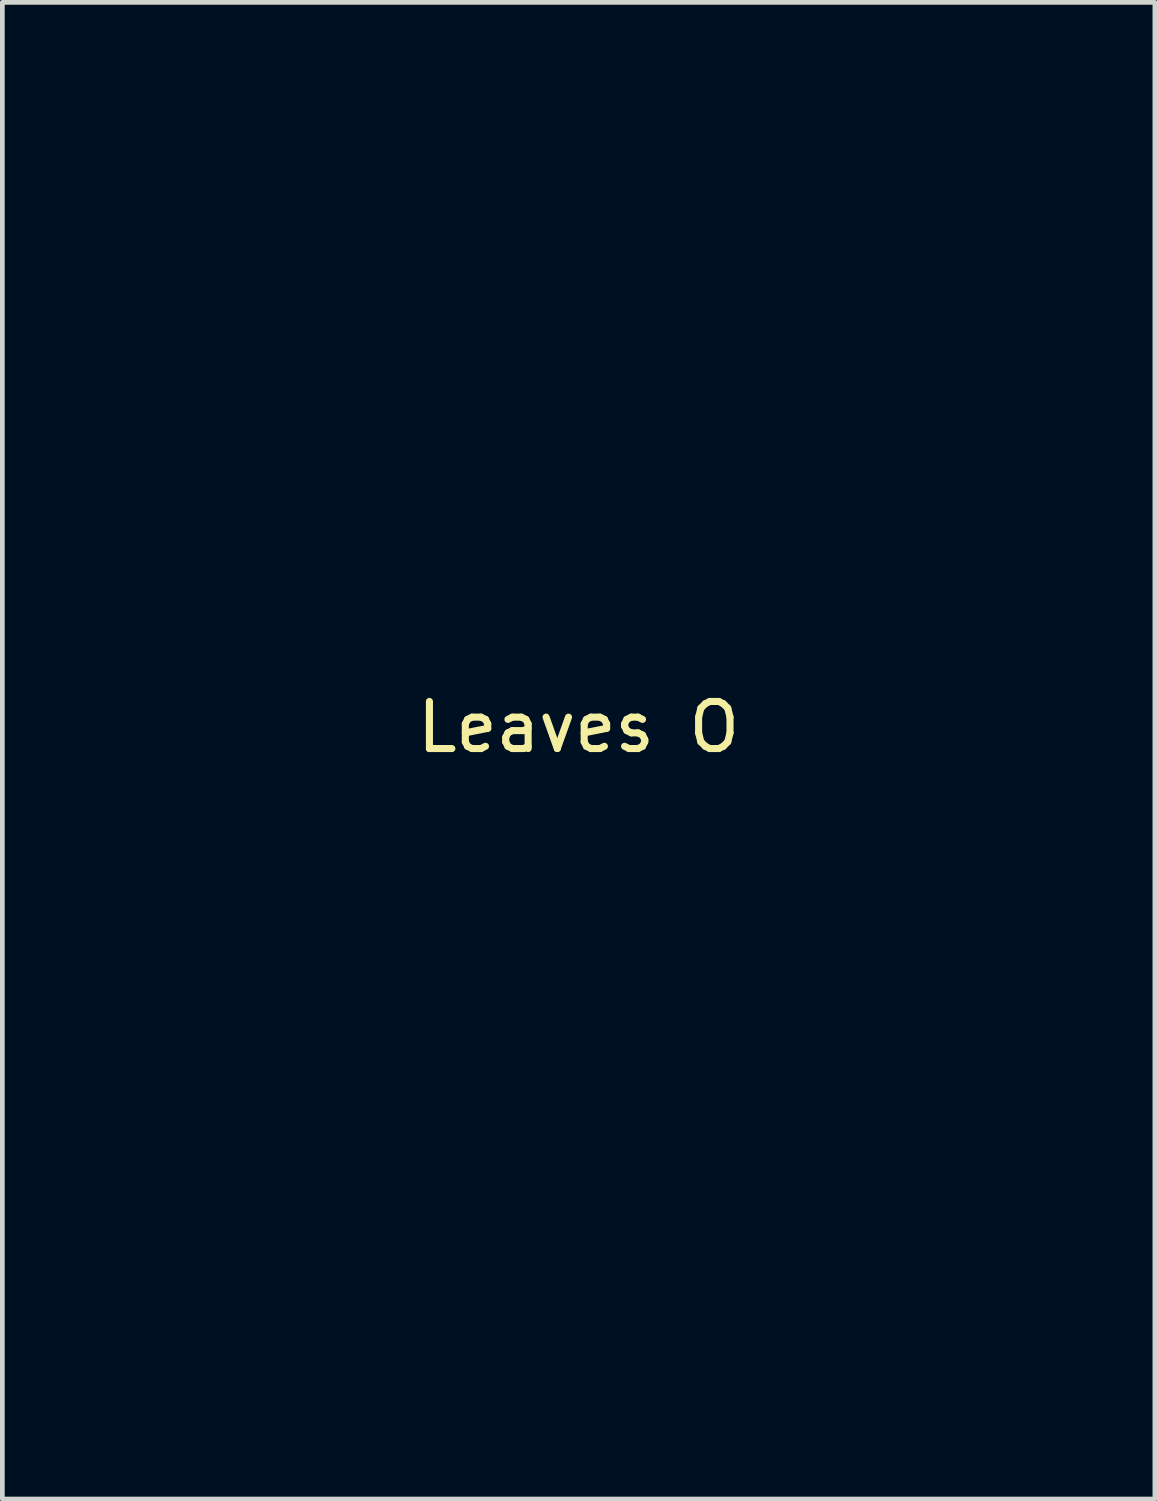
<source format=kicad_pcb>
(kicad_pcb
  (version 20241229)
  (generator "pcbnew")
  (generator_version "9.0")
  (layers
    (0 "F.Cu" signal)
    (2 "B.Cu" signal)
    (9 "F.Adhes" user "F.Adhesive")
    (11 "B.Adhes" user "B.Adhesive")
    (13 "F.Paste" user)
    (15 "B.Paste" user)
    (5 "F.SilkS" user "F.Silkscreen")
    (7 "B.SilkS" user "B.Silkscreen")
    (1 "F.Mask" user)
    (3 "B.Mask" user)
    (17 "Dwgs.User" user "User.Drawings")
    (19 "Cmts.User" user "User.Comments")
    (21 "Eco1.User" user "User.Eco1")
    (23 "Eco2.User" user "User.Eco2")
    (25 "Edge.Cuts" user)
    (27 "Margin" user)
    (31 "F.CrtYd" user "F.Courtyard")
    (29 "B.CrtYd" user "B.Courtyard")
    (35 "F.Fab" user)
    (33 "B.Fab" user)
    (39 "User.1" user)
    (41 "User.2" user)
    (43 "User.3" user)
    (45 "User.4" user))
  (footprint "Leaves O"
    (layer "F.Cu")
    (at 9.233 12.886)
    (property "Reference" "Leaves O" (at 0 -0.5 0) (unlocked yes) (layer "F.SilkS") (effects (font (size 1 1) (thickness 0.15))))
    (zone (net_name "") (layers "B.Cu" "B.Mask" "B.SilkS" "B.Adhes" "B.Paste") (hatch edge 0.508) (connect_pads) (min_thickness 0.254) (filled_areas_thickness no) (keepout (tracks not_allowed) (vias not_allowed) (pads not_allowed) (copperpour not_allowed) (footprints allowed)) (placement (enabled no)) (fill) (polygon (pts (xy 4.248 8.661) (xy 4.262 8.662) (xy 4.277 8.664) (xy 4.291 8.666) (xy 4.305 8.669) (xy 4.319 8.673) (xy 4.332 8.678) (xy 4.345 8.683) (xy 4.358 8.689) (xy 4.371 8.695) (xy 4.384 8.703) (xy 4.396 8.71) (xy 4.407 8.719) (xy 4.419 8.728) (xy 4.429 8.737) (xy 4.44 8.748) (xy 4.67 8.998) (xy 4.891 9.255) (xy 5.152 9.58) (xy 5.289 9.763) (xy 5.428 9.958) (xy 5.565 10.161) (xy 5.698 10.372) (xy 5.823 10.589) (xy 5.937 10.809) (xy 6.038 11.031) (xy 6.122 11.252) (xy 6.203 11.221) (xy 6.282 11.192) (xy 6.429 11.139) (xy 6.561 11.094) (xy 6.676 11.057) (xy 6.771 11.027) (xy 6.843 11.005) (xy 6.912 10.985) (xy 6.926 10.981) (xy 6.94 10.978) (xy 6.954 10.976) (xy 6.969 10.975) (xy 6.983 10.974) (xy 6.997 10.974) (xy 7.012 10.975) (xy 7.026 10.977) (xy 7.04 10.979) (xy 7.054 10.982) (xy 7.068 10.985) (xy 7.082 10.99) (xy 7.095 10.995) (xy 7.108 11) (xy 7.121 11.007) (xy 7.134 11.014) (xy 7.146 11.021) (xy 7.158 11.029) (xy 7.17 11.038) (xy 7.181 11.048) (xy 7.191 11.057) (xy 7.201 11.068) (xy 7.211 11.079) (xy 7.219 11.09) (xy 7.228 11.101) (xy 7.235 11.113) (xy 7.242 11.126) (xy 7.249 11.139) (xy 7.255 11.152) (xy 7.26 11.165) (xy 7.264 11.179) (xy 7.268 11.193) (xy 7.318 11.415) (xy 7.362 11.642) (xy 7.411 11.929) (xy 7.456 12.261) (xy 7.492 12.624) (xy 7.504 12.813) (xy 7.511 13.005) (xy 7.512 13.197) (xy 7.506 13.389) (xy 7.661 13.418) (xy 7.803 13.447) (xy 7.929 13.474) (xy 8.037 13.499) (xy 8.125 13.521) (xy 8.193 13.538) (xy 8.255 13.554) (xy 8.269 13.558) (xy 8.283 13.563) (xy 8.296 13.569) (xy 8.309 13.575) (xy 8.322 13.582) (xy 8.334 13.589) (xy 8.346 13.597) (xy 8.357 13.606) (xy 8.368 13.615) (xy 8.379 13.625) (xy 8.389 13.635) (xy 8.399 13.646) (xy 8.408 13.657) (xy 8.416 13.668) (xy 8.424 13.681) (xy 8.431 13.693) (xy 8.438 13.706) (xy 8.444 13.719) (xy 8.449 13.733) (xy 8.454 13.746) (xy 8.458 13.76) (xy 8.461 13.774) (xy 8.463 13.788) (xy 8.465 13.802) (xy 8.466 13.817) (xy 8.467 13.831) (xy 8.466 13.845) (xy 8.465 13.86) (xy 8.464 13.874) (xy 8.461 13.888) (xy 8.458 13.902) (xy 8.454 13.916) (xy 8.419 14.024) (xy 8.327 14.285) (xy 8.261 14.46) (xy 8.182 14.658) (xy 8.09 14.872) (xy 7.987 15.1) (xy 7.91 15.257) (xy 7.832 15.408) (xy 7.754 15.552) (xy 7.675 15.689) (xy 7.596 15.818) (xy 7.516 15.941) (xy 7.435 16.056) (xy 7.354 16.165) (xy 7.272 16.266) (xy 7.19 16.36) (xy 7.107 16.447) (xy 7.023 16.527) (xy 6.939 16.599) (xy 6.855 16.664) (xy 6.77 16.722) (xy 6.684 16.773) (xy 6.608 16.813) (xy 6.531 16.851) (xy 6.453 16.886) (xy 6.375 16.919) (xy 6.295 16.95) (xy 6.216 16.978) (xy 6.136 17.003) (xy 6.055 17.026) (xy 5.974 17.046) (xy 5.893 17.063) (xy 5.812 17.078) (xy 5.73 17.09) (xy 5.649 17.1) (xy 5.567 17.106) (xy 5.486 17.111) (xy 5.404 17.112) (xy 5.404 17.112) (xy 5.321 17.11) (xy 5.238 17.106) (xy 5.157 17.099) (xy 5.077 17.089) (xy 4.998 17.076) (xy 4.92 17.06) (xy 4.844 17.042) (xy 4.769 17.021) (xy 4.696 16.997) (xy 4.625 16.97) (xy 4.555 16.941) (xy 4.487 16.909) (xy 4.42 16.875) (xy 4.356 16.838) (xy 4.294 16.799) (xy 4.233 16.757) (xy 4.173 16.799) (xy 4.111 16.838) (xy 4.046 16.875) (xy 3.98 16.909) (xy 3.912 16.941) (xy 3.842 16.97) (xy 3.771 16.997) (xy 3.697 17.021) (xy 3.623 17.042) (xy 3.547 17.06) (xy 3.469 17.076) (xy 3.39 17.089) (xy 3.31 17.099) (xy 3.229 17.106) (xy 3.146 17.11) (xy 3.062 17.112) (xy 2.981 17.111) (xy 2.9 17.106) (xy 2.818 17.1) (xy 2.737 17.09) (xy 2.655 17.078) (xy 2.574 17.063) (xy 2.493 17.046) (xy 2.412 17.026) (xy 2.331 17.003) (xy 2.251 16.978) (xy 2.171 16.95) (xy 2.092 16.919) (xy 2.014 16.886) (xy 1.936 16.851) (xy 1.859 16.813) (xy 1.782 16.773) (xy 1.697 16.722) (xy 1.612 16.664) (xy 1.527 16.599) (xy 1.443 16.527) (xy 1.36 16.447) (xy 1.277 16.36) (xy 1.195 16.266) (xy 1.113 16.165) (xy 1.031 16.056) (xy 0.951 15.941) (xy 0.871 15.818) (xy 0.791 15.689) (xy 0.712 15.552) (xy 0.634 15.408) (xy 0.557 15.257) (xy 0.48 15.1) (xy 0.427 14.985) (xy 0.376 14.872) (xy 0.329 14.763) (xy 0.303 14.701) (xy 1.921 14.701) (xy 1.921 14.715) (xy 1.922 14.729) (xy 1.923 14.743) (xy 1.925 14.757) (xy 1.928 14.77) (xy 1.932 14.784) (xy 1.936 14.797) (xy 1.94 14.81) (xy 1.946 14.823) (xy 1.951 14.835) (xy 1.958 14.848) (xy 1.965 14.859) (xy 1.973 14.871) (xy 1.981 14.882) (xy 1.99 14.893) (xy 1.999 14.903) (xy 2.009 14.913) (xy 2.019 14.923) (xy 2.03 14.932) (xy 2.041 14.941) (xy 2.053 14.949) (xy 2.065 14.956) (xy 2.078 14.963) (xy 2.091 14.969) (xy 2.105 14.975) (xy 4.082 15.74) (xy 4.09 15.745) (xy 4.098 15.749) (xy 4.107 15.753) (xy 4.115 15.757) (xy 4.124 15.76) (xy 4.133 15.763) (xy 4.141 15.766) (xy 4.15 15.769) (xy 4.159 15.771) (xy 4.169 15.773) (xy 4.178 15.775) (xy 4.187 15.776) (xy 4.196 15.777) (xy 4.206 15.778) (xy 4.215 15.778) (xy 4.225 15.778) (xy 4.225 15.778) (xy 4.226 15.778) (xy 4.227 15.778) (xy 4.228 15.778) (xy 4.228 15.778) (xy 4.229 15.778) (xy 4.229 15.778) (xy 4.23 15.778) (xy 4.231 15.778) (xy 4.232 15.778) (xy 4.233 15.778) (xy 4.233 15.778) (xy 4.243 15.778) (xy 4.252 15.778) (xy 4.262 15.777) (xy 4.271 15.776) (xy 4.28 15.775) (xy 4.289 15.773) (xy 4.298 15.771) (xy 4.307 15.769) (xy 4.316 15.766) (xy 4.325 15.763) (xy 4.334 15.76) (xy 4.343 15.757) (xy 4.351 15.753) (xy 4.36 15.749) (xy 4.368 15.745) (xy 4.376 15.74) (xy 6.353 14.975) (xy 6.367 14.969) (xy 6.38 14.963) (xy 6.393 14.956) (xy 6.405 14.949) (xy 6.417 14.941) (xy 6.428 14.932) (xy 6.439 14.923) (xy 6.449 14.913) (xy 6.459 14.903) (xy 6.468 14.893) (xy 6.477 14.882) (xy 6.485 14.871) (xy 6.493 14.859) (xy 6.5 14.848) (xy 6.506 14.835) (xy 6.512 14.823) (xy 6.518 14.81) (xy 6.522 14.797) (xy 6.526 14.784) (xy 6.53 14.77) (xy 6.532 14.757) (xy 6.535 14.743) (xy 6.536 14.729) (xy 6.537 14.715) (xy 6.537 14.701) (xy 6.536 14.687) (xy 6.535 14.673) (xy 6.533 14.659) (xy 6.53 14.645) (xy 6.527 14.631) (xy 6.522 14.616) (xy 6.517 14.603) (xy 6.512 14.589) (xy 6.505 14.576) (xy 6.498 14.563) (xy 6.491 14.551) (xy 6.483 14.539) (xy 6.474 14.527) (xy 6.465 14.516) (xy 6.456 14.506) (xy 6.446 14.496) (xy 6.435 14.487) (xy 6.425 14.478) (xy 6.413 14.47) (xy 6.402 14.462) (xy 6.39 14.455) (xy 6.378 14.449) (xy 6.365 14.443) (xy 6.353 14.438) (xy 6.34 14.433) (xy 6.326 14.429) (xy 6.313 14.426) (xy 6.299 14.423) (xy 6.286 14.421) (xy 6.272 14.419) (xy 6.258 14.419) (xy 6.244 14.418) (xy 6.229 14.419) (xy 6.215 14.42) (xy 6.201 14.422) (xy 6.187 14.425) (xy 6.173 14.429) (xy 6.159 14.433) (xy 6.145 14.438) (xy 4.879 14.928) (xy 5.853 13.385) (xy 5.86 13.373) (xy 5.867 13.36) (xy 5.873 13.346) (xy 5.879 13.333) (xy 5.883 13.32) (xy 5.887 13.306) (xy 5.891 13.292) (xy 5.893 13.278) (xy 5.895 13.265) (xy 5.896 13.251) (xy 5.897 13.237) (xy 5.897 13.223) (xy 5.896 13.209) (xy 5.895 13.195) (xy 5.893 13.182) (xy 5.89 13.168) (xy 5.887 13.155) (xy 5.883 13.141) (xy 5.878 13.128) (xy 5.873 13.116) (xy 5.867 13.103) (xy 5.86 13.091) (xy 5.853 13.079) (xy 5.845 13.067) (xy 5.837 13.056) (xy 5.828 13.045) (xy 5.819 13.034) (xy 5.809 13.024) (xy 5.798 13.014) (xy 5.787 13.005) (xy 5.775 12.996) (xy 5.763 12.988) (xy 5.75 12.981) (xy 5.737 12.974) (xy 5.724 12.968) (xy 5.711 12.962) (xy 5.697 12.957) (xy 5.683 12.953) (xy 5.67 12.95) (xy 5.656 12.947) (xy 5.642 12.945) (xy 5.628 12.944) (xy 5.614 12.944) (xy 5.6 12.944) (xy 5.586 12.945) (xy 5.573 12.946) (xy 5.559 12.948) (xy 5.546 12.951) (xy 5.532 12.954) (xy 5.519 12.958) (xy 5.506 12.963) (xy 5.493 12.968) (xy 5.48 12.974) (xy 5.468 12.98) (xy 5.456 12.988) (xy 5.444 12.995) (xy 5.433 13.004) (xy 5.422 13.012) (xy 5.412 13.022) (xy 5.401 13.032) (xy 5.392 13.043) (xy 5.383 13.054) (xy 5.374 13.066) (xy 5.366 13.078) (xy 4.521 14.416) (xy 4.521 11.995) (xy 4.521 11.98) (xy 4.52 11.966) (xy 4.518 11.951) (xy 4.515 11.937) (xy 4.512 11.923) (xy 4.508 11.91) (xy 4.504 11.896) (xy 4.499 11.883) (xy 4.493 11.87) (xy 4.487 11.858) (xy 4.48 11.846) (xy 4.472 11.834) (xy 4.464 11.823) (xy 4.456 11.812) (xy 4.447 11.802) (xy 4.437 11.792) (xy 4.427 11.782) (xy 4.417 11.773) (xy 4.406 11.764) (xy 4.394 11.756) (xy 4.383 11.749) (xy 4.371 11.742) (xy 4.358 11.736) (xy 4.345 11.73) (xy 4.332 11.725) (xy 4.319 11.72) (xy 4.305 11.716) (xy 4.291 11.713) (xy 4.277 11.711) (xy 4.263 11.709) (xy 4.248 11.708) (xy 4.233 11.707) (xy 4.219 11.708) (xy 4.204 11.709) (xy 4.19 11.711) (xy 4.175 11.713) (xy 4.161 11.716) (xy 4.148 11.72) (xy 4.134 11.725) (xy 4.121 11.73) (xy 4.109 11.736) (xy 4.096 11.742) (xy 4.084 11.749) (xy 4.072 11.756) (xy 4.061 11.764) (xy 4.05 11.773) (xy 4.04 11.782) (xy 4.03 11.792) (xy 4.02 11.802) (xy 4.011 11.812) (xy 4.003 11.823) (xy 3.995 11.834) (xy 3.987 11.846) (xy 3.98 11.858) (xy 3.974 11.87) (xy 3.968 11.883) (xy 3.963 11.896) (xy 3.958 11.91) (xy 3.955 11.923) (xy 3.951 11.937) (xy 3.949 11.951) (xy 3.947 11.966) (xy 3.946 11.98) (xy 3.945 11.995) (xy 3.945 14.416) (xy 3.101 13.078) (xy 3.093 13.066) (xy 3.084 13.054) (xy 3.075 13.043) (xy 3.065 13.032) (xy 3.055 13.022) (xy 3.045 13.012) (xy 3.034 13.004) (xy 3.022 12.995) (xy 3.011 12.988) (xy 2.999 12.98) (xy 2.986 12.974) (xy 2.974 12.968) (xy 2.961 12.963) (xy 2.948 12.958) (xy 2.935 12.954) (xy 2.921 12.951) (xy 2.908 12.948) (xy 2.894 12.946) (xy 2.88 12.945) (xy 2.866 12.944) (xy 2.853 12.944) (xy 2.839 12.944) (xy 2.825 12.945) (xy 2.811 12.947) (xy 2.797 12.95) (xy 2.783 12.953) (xy 2.77 12.957) (xy 2.756 12.962) (xy 2.743 12.968) (xy 2.73 12.974) (xy 2.717 12.981) (xy 2.704 12.988) (xy 2.692 12.996) (xy 2.68 13.005) (xy 2.669 13.014) (xy 2.658 13.024) (xy 2.648 13.034) (xy 2.639 13.045) (xy 2.63 13.056) (xy 2.621 13.067) (xy 2.614 13.079) (xy 2.607 13.091) (xy 2.6 13.103) (xy 2.594 13.116) (xy 2.589 13.128) (xy 2.584 13.141) (xy 2.58 13.155) (xy 2.577 13.168) (xy 2.574 13.182) (xy 2.572 13.195) (xy 2.571 13.209) (xy 2.57 13.223) (xy 2.57 13.237) (xy 2.57 13.251) (xy 2.572 13.265) (xy 2.574 13.278) (xy 2.576 13.292) (xy 2.579 13.306) (xy 2.583 13.32) (xy 2.588 13.333) (xy 2.594 13.346) (xy 2.6 13.36) (xy 2.607 13.373) (xy 2.614 13.385) (xy 3.591 14.933) (xy 2.313 14.438) (xy 2.299 14.433) (xy 2.285 14.429) (xy 2.271 14.425) (xy 2.257 14.422) (xy 2.243 14.42) (xy 2.228 14.419) (xy 2.214 14.419) (xy 2.2 14.419) (xy 2.186 14.419) (xy 2.172 14.421) (xy 2.159 14.423) (xy 2.145 14.426) (xy 2.132 14.429) (xy 2.118 14.433) (xy 2.105 14.438) (xy 2.093 14.443) (xy 2.08 14.449) (xy 2.068 14.455) (xy 2.056 14.463) (xy 2.044 14.47) (xy 2.033 14.478) (xy 2.022 14.487) (xy 2.012 14.496) (xy 2.002 14.506) (xy 1.992 14.517) (xy 1.983 14.527) (xy 1.975 14.539) (xy 1.967 14.551) (xy 1.959 14.563) (xy 1.952 14.576) (xy 1.946 14.589) (xy 1.94 14.603) (xy 1.935 14.616) (xy 1.931 14.631) (xy 1.928 14.645) (xy 1.925 14.659) (xy 1.923 14.673) (xy 1.922 14.687) (xy 1.921 14.701) (xy 0.303 14.701) (xy 0.285 14.658) (xy 0.206 14.46) (xy 0.139 14.285) (xy 0.087 14.138) (xy 0.048 14.024) (xy 0.013 13.916) (xy 0.009 13.902) (xy 0.006 13.888) (xy 0.003 13.874) (xy 0.001 13.86) (xy 0.000319 13.845) (xy 0 13.831) (xy 0.000393 13.817) (xy 0.001 13.802) (xy 0.003 13.788) (xy 0.006 13.774) (xy 0.009 13.76) (xy 0.013 13.746) (xy 0.018 13.733) (xy 0.023 13.719) (xy 0.029 13.706) (xy 0.035 13.693) (xy 0.043 13.681) (xy 0.051 13.668) (xy 0.059 13.657) (xy 0.068 13.646) (xy 0.078 13.635) (xy 0.088 13.625) (xy 0.098 13.615) (xy 0.109 13.606) (xy 0.121 13.597) (xy 0.133 13.589) (xy 0.145 13.582) (xy 0.157 13.575) (xy 0.17 13.569) (xy 0.184 13.563) (xy 0.197 13.558) (xy 0.211 13.554) (xy 0.274 13.538) (xy 0.43 13.499) (xy 0.664 13.447) (xy 0.805 13.418) (xy 0.961 13.389) (xy 0.955 13.197) (xy 0.956 13.005) (xy 0.963 12.813) (xy 0.975 12.624) (xy 0.991 12.439) (xy 1.011 12.261) (xy 1.033 12.09) (xy 1.056 11.929) (xy 1.104 11.642) (xy 1.149 11.415) (xy 1.198 11.193) (xy 1.202 11.179) (xy 1.207 11.165) (xy 1.212 11.152) (xy 1.218 11.139) (xy 1.224 11.126) (xy 1.231 11.113) (xy 1.239 11.101) (xy 1.247 11.09) (xy 1.256 11.079) (xy 1.266 11.068) (xy 1.275 11.057) (xy 1.286 11.048) (xy 1.297 11.038) (xy 1.308 11.029) (xy 1.32 11.021) (xy 1.333 11.014) (xy 1.345 11.007) (xy 1.358 11) (xy 1.372 10.995) (xy 1.385 10.99) (xy 1.399 10.985) (xy 1.413 10.982) (xy 1.427 10.979) (xy 1.441 10.977) (xy 1.455 10.975) (xy 1.469 10.974) (xy 1.484 10.974) (xy 1.498 10.975) (xy 1.512 10.976) (xy 1.527 10.978) (xy 1.541 10.981) (xy 1.555 10.985) (xy 1.624 11.005) (xy 1.791 11.057) (xy 1.906 11.094) (xy 2.038 11.139) (xy 2.185 11.192) (xy 2.345 11.252) (xy 2.385 11.142) (xy 2.429 11.031) (xy 2.478 10.92) (xy 2.53 10.809) (xy 2.586 10.699) (xy 2.644 10.589) (xy 2.769 10.372) (xy 2.901 10.161) (xy 3.038 9.958) (xy 3.177 9.763) (xy 3.315 9.58) (xy 3.449 9.41) (xy 3.575 9.255) (xy 3.797 8.998) (xy 3.955 8.824) (xy 4.027 8.748) (xy 4.037 8.737) (xy 4.048 8.728) (xy 4.059 8.719) (xy 4.071 8.71) (xy 4.083 8.703) (xy 4.096 8.695) (xy 4.108 8.689) (xy 4.121 8.683) (xy 4.135 8.678) (xy 4.148 8.673) (xy 4.162 8.669) (xy 4.176 8.666) (xy 4.19 8.664) (xy 4.204 8.662) (xy 4.219 8.661) (xy 4.233 8.66))))
    (zone (net_name "") (layers "B.Cu" "B.Mask" "B.SilkS" "B.Adhes" "B.Paste") (hatch edge 0.508) (connect_pads) (min_thickness 0.254) (filled_areas_thickness no) (keepout (tracks not_allowed) (vias not_allowed) (pads not_allowed) (copperpour not_allowed) (footprints allowed)) (placement (enabled no)) (fill) (polygon (pts (xy 9.248 0.000367) (xy 9.262 0.001) (xy 9.277 0.003) (xy 9.291 0.006) (xy 9.305 0.009) (xy 9.319 0.013) (xy 9.332 0.017) (xy 9.345 0.023) (xy 9.358 0.029) (xy 9.371 0.035) (xy 9.384 0.042) (xy 9.396 0.05) (xy 9.407 0.058) (xy 9.419 0.067) (xy 9.429 0.077) (xy 9.44 0.087) (xy 9.67 0.338) (xy 9.891 0.595) (xy 10.152 0.92) (xy 10.289 1.103) (xy 10.428 1.297) (xy 10.565 1.501) (xy 10.698 1.712) (xy 10.823 1.929) (xy 10.937 2.149) (xy 11.038 2.371) (xy 11.122 2.592) (xy 11.203 2.561) (xy 11.282 2.532) (xy 11.429 2.479) (xy 11.561 2.434) (xy 11.676 2.396) (xy 11.771 2.366) (xy 11.843 2.344) (xy 11.912 2.324) (xy 11.926 2.321) (xy 11.94 2.318) (xy 11.954 2.316) (xy 11.969 2.315) (xy 11.983 2.314) (xy 11.997 2.314) (xy 12.012 2.315) (xy 12.026 2.316) (xy 12.04 2.319) (xy 12.054 2.321) (xy 12.068 2.325) (xy 12.082 2.329) (xy 12.095 2.334) (xy 12.108 2.34) (xy 12.121 2.346) (xy 12.134 2.353) (xy 12.146 2.361) (xy 12.158 2.369) (xy 12.17 2.378) (xy 12.181 2.387) (xy 12.191 2.397) (xy 12.201 2.407) (xy 12.211 2.418) (xy 12.219 2.429) (xy 12.228 2.441) (xy 12.235 2.453) (xy 12.242 2.466) (xy 12.249 2.478) (xy 12.255 2.492) (xy 12.26 2.505) (xy 12.264 2.519) (xy 12.268 2.533) (xy 12.318 2.755) (xy 12.362 2.982) (xy 12.411 3.268) (xy 12.456 3.6) (xy 12.492 3.964) (xy 12.504 4.153) (xy 12.511 4.344) (xy 12.512 4.537) (xy 12.506 4.729) (xy 12.661 4.758) (xy 12.803 4.787) (xy 12.929 4.814) (xy 13.037 4.839) (xy 13.125 4.86) (xy 13.193 4.877) (xy 13.255 4.894) (xy 13.269 4.898) (xy 13.283 4.903) (xy 13.296 4.909) (xy 13.309 4.915) (xy 13.322 4.922) (xy 13.334 4.929) (xy 13.346 4.937) (xy 13.357 4.946) (xy 13.368 4.955) (xy 13.379 4.964) (xy 13.389 4.975) (xy 13.399 4.985) (xy 13.408 4.997) (xy 13.416 5.008) (xy 13.424 5.02) (xy 13.431 5.033) (xy 13.438 5.046) (xy 13.444 5.059) (xy 13.449 5.072) (xy 13.454 5.086) (xy 13.458 5.1) (xy 13.461 5.114) (xy 13.463 5.128) (xy 13.465 5.142) (xy 13.466 5.156) (xy 13.467 5.171) (xy 13.466 5.185) (xy 13.465 5.199) (xy 13.464 5.214) (xy 13.461 5.228) (xy 13.458 5.242) (xy 13.454 5.256) (xy 13.419 5.364) (xy 13.327 5.625) (xy 13.261 5.8) (xy 13.182 5.997) (xy 13.09 6.212) (xy 12.987 6.439) (xy 12.91 6.597) (xy 12.832 6.748) (xy 12.754 6.892) (xy 12.675 7.028) (xy 12.596 7.158) (xy 12.516 7.281) (xy 12.435 7.396) (xy 12.354 7.504) (xy 12.272 7.606) (xy 12.19 7.7) (xy 12.107 7.787) (xy 12.023 7.866) (xy 11.939 7.939) (xy 11.855 8.004) (xy 11.77 8.062) (xy 11.684 8.113) (xy 11.608 8.153) (xy 11.531 8.191) (xy 11.453 8.226) (xy 11.375 8.259) (xy 11.295 8.29) (xy 11.216 8.317) (xy 11.136 8.343) (xy 11.055 8.365) (xy 10.974 8.385) (xy 10.893 8.403) (xy 10.812 8.418) (xy 10.73 8.43) (xy 10.649 8.439) (xy 10.567 8.446) (xy 10.486 8.45) (xy 10.404 8.452) (xy 10.404 8.452) (xy 10.321 8.45) (xy 10.238 8.446) (xy 10.157 8.439) (xy 10.077 8.429) (xy 9.998 8.416) (xy 9.92 8.4) (xy 9.844 8.382) (xy 9.769 8.36) (xy 9.696 8.337) (xy 9.625 8.31) (xy 9.555 8.281) (xy 9.487 8.249) (xy 9.42 8.215) (xy 9.356 8.178) (xy 9.294 8.138) (xy 9.233 8.096) (xy 9.173 8.138) (xy 9.111 8.178) (xy 9.046 8.215) (xy 8.98 8.249) (xy 8.912 8.281) (xy 8.842 8.31) (xy 8.771 8.337) (xy 8.697 8.361) (xy 8.623 8.382) (xy 8.547 8.4) (xy 8.469 8.416) (xy 8.39 8.429) (xy 8.31 8.439) (xy 8.229 8.446) (xy 8.146 8.45) (xy 8.062 8.452) (xy 7.981 8.45) (xy 7.9 8.446) (xy 7.818 8.439) (xy 7.737 8.43) (xy 7.655 8.418) (xy 7.574 8.403) (xy 7.493 8.385) (xy 7.412 8.365) (xy 7.331 8.343) (xy 7.251 8.317) (xy 7.171 8.289) (xy 7.092 8.259) (xy 7.014 8.226) (xy 6.936 8.191) (xy 6.859 8.153) (xy 6.782 8.113) (xy 6.697 8.062) (xy 6.612 8.004) (xy 6.527 7.939) (xy 6.443 7.866) (xy 6.36 7.787) (xy 6.277 7.7) (xy 6.195 7.606) (xy 6.113 7.504) (xy 6.031 7.396) (xy 5.951 7.281) (xy 5.871 7.158) (xy 5.791 7.028) (xy 5.712 6.892) (xy 5.634 6.748) (xy 5.557 6.597) (xy 5.48 6.439) (xy 5.427 6.325) (xy 5.376 6.212) (xy 5.329 6.103) (xy 5.303 6.041) (xy 6.921 6.041) (xy 6.921 6.055) (xy 6.922 6.069) (xy 6.923 6.083) (xy 6.925 6.097) (xy 6.928 6.11) (xy 6.932 6.124) (xy 6.936 6.137) (xy 6.94 6.15) (xy 6.946 6.163) (xy 6.951 6.175) (xy 6.958 6.187) (xy 6.965 6.199) (xy 6.973 6.211) (xy 6.981 6.222) (xy 6.99 6.233) (xy 6.999 6.243) (xy 7.009 6.253) (xy 7.019 6.263) (xy 7.03 6.272) (xy 7.041 6.28) (xy 7.053 6.288) (xy 7.065 6.296) (xy 7.078 6.303) (xy 7.091 6.309) (xy 7.105 6.315) (xy 9.082 7.08) (xy 9.09 7.085) (xy 9.098 7.089) (xy 9.107 7.093) (xy 9.115 7.096) (xy 9.124 7.1) (xy 9.133 7.103) (xy 9.141 7.106) (xy 9.15 7.108) (xy 9.159 7.111) (xy 9.169 7.113) (xy 9.178 7.114) (xy 9.187 7.116) (xy 9.196 7.117) (xy 9.206 7.117) (xy 9.215 7.118) (xy 9.225 7.118) (xy 9.225 7.118) (xy 9.226 7.118) (xy 9.227 7.118) (xy 9.228 7.118) (xy 9.228 7.118) (xy 9.229 7.118) (xy 9.229 7.118) (xy 9.23 7.118) (xy 9.231 7.118) (xy 9.232 7.118) (xy 9.233 7.118) (xy 9.233 7.118) (xy 9.243 7.118) (xy 9.252 7.117) (xy 9.262 7.117) (xy 9.271 7.116) (xy 9.28 7.114) (xy 9.289 7.113) (xy 9.298 7.111) (xy 9.307 7.108) (xy 9.316 7.106) (xy 9.325 7.103) (xy 9.334 7.1) (xy 9.343 7.096) (xy 9.351 7.093) (xy 9.36 7.089) (xy 9.368 7.085) (xy 9.376 7.08) (xy 11.353 6.315) (xy 11.367 6.309) (xy 11.38 6.303) (xy 11.393 6.296) (xy 11.405 6.288) (xy 11.417 6.28) (xy 11.428 6.272) (xy 11.439 6.263) (xy 11.449 6.253) (xy 11.459 6.243) (xy 11.468 6.233) (xy 11.477 6.222) (xy 11.485 6.211) (xy 11.493 6.199) (xy 11.5 6.187) (xy 11.506 6.175) (xy 11.512 6.163) (xy 11.518 6.15) (xy 11.522 6.137) (xy 11.526 6.124) (xy 11.53 6.11) (xy 11.532 6.097) (xy 11.535 6.083) (xy 11.536 6.069) (xy 11.537 6.055) (xy 11.537 6.041) (xy 11.536 6.027) (xy 11.535 6.013) (xy 11.533 5.998) (xy 11.53 5.984) (xy 11.527 5.97) (xy 11.522 5.956) (xy 11.517 5.942) (xy 11.512 5.929) (xy 11.505 5.915) (xy 11.498 5.903) (xy 11.491 5.89) (xy 11.483 5.878) (xy 11.474 5.867) (xy 11.465 5.856) (xy 11.456 5.846) (xy 11.446 5.836) (xy 11.435 5.827) (xy 11.425 5.818) (xy 11.413 5.81) (xy 11.402 5.802) (xy 11.39 5.795) (xy 11.378 5.789) (xy 11.365 5.783) (xy 11.353 5.778) (xy 11.34 5.773) (xy 11.326 5.769) (xy 11.313 5.765) (xy 11.299 5.763) (xy 11.286 5.761) (xy 11.272 5.759) (xy 11.258 5.758) (xy 11.244 5.758) (xy 11.229 5.759) (xy 11.215 5.76) (xy 11.201 5.762) (xy 11.187 5.765) (xy 11.173 5.768) (xy 11.159 5.773) (xy 11.145 5.778) (xy 9.879 6.268) (xy 10.853 4.725) (xy 10.86 4.712) (xy 10.867 4.699) (xy 10.873 4.686) (xy 10.879 4.673) (xy 10.883 4.659) (xy 10.887 4.646) (xy 10.891 4.632) (xy 10.893 4.618) (xy 10.895 4.604) (xy 10.896 4.59) (xy 10.897 4.577) (xy 10.897 4.563) (xy 10.896 4.549) (xy 10.895 4.535) (xy 10.893 4.521) (xy 10.89 4.508) (xy 10.887 4.494) (xy 10.883 4.481) (xy 10.878 4.468) (xy 10.873 4.455) (xy 10.867 4.443) (xy 10.86 4.43) (xy 10.853 4.418) (xy 10.845 4.407) (xy 10.837 4.395) (xy 10.828 4.384) (xy 10.819 4.374) (xy 10.809 4.364) (xy 10.798 4.354) (xy 10.787 4.345) (xy 10.775 4.336) (xy 10.763 4.328) (xy 10.75 4.32) (xy 10.737 4.313) (xy 10.724 4.307) (xy 10.711 4.302) (xy 10.697 4.297) (xy 10.683 4.293) (xy 10.67 4.29) (xy 10.656 4.287) (xy 10.642 4.285) (xy 10.628 4.284) (xy 10.614 4.283) (xy 10.6 4.284) (xy 10.586 4.284) (xy 10.573 4.286) (xy 10.559 4.288) (xy 10.546 4.291) (xy 10.532 4.294) (xy 10.519 4.298) (xy 10.506 4.303) (xy 10.493 4.308) (xy 10.48 4.314) (xy 10.468 4.32) (xy 10.456 4.327) (xy 10.444 4.335) (xy 10.433 4.343) (xy 10.422 4.352) (xy 10.412 4.362) (xy 10.401 4.372) (xy 10.392 4.382) (xy 10.383 4.394) (xy 10.374 4.405) (xy 10.366 4.418) (xy 9.521 5.756) (xy 9.521 3.335) (xy 9.521 3.32) (xy 9.52 3.306) (xy 9.518 3.291) (xy 9.515 3.277) (xy 9.512 3.263) (xy 9.508 3.249) (xy 9.504 3.236) (xy 9.499 3.223) (xy 9.493 3.21) (xy 9.487 3.198) (xy 9.48 3.186) (xy 9.472 3.174) (xy 9.464 3.163) (xy 9.456 3.152) (xy 9.447 3.141) (xy 9.437 3.131) (xy 9.427 3.122) (xy 9.417 3.113) (xy 9.406 3.104) (xy 9.394 3.096) (xy 9.383 3.089) (xy 9.371 3.082) (xy 9.358 3.075) (xy 9.345 3.07) (xy 9.332 3.064) (xy 9.319 3.06) (xy 9.305 3.056) (xy 9.291 3.053) (xy 9.277 3.05) (xy 9.263 3.048) (xy 9.248 3.047) (xy 9.233 3.047) (xy 9.219 3.047) (xy 9.204 3.048) (xy 9.19 3.05) (xy 9.175 3.053) (xy 9.161 3.056) (xy 9.148 3.06) (xy 9.134 3.064) (xy 9.121 3.07) (xy 9.109 3.075) (xy 9.096 3.082) (xy 9.084 3.089) (xy 9.072 3.096) (xy 9.061 3.104) (xy 9.05 3.113) (xy 9.04 3.122) (xy 9.03 3.131) (xy 9.02 3.141) (xy 9.011 3.152) (xy 9.003 3.163) (xy 8.995 3.174) (xy 8.987 3.186) (xy 8.98 3.198) (xy 8.974 3.21) (xy 8.968 3.223) (xy 8.963 3.236) (xy 8.958 3.249) (xy 8.955 3.263) (xy 8.951 3.277) (xy 8.949 3.291) (xy 8.947 3.306) (xy 8.946 3.32) (xy 8.945 3.335) (xy 8.945 5.756) (xy 8.101 4.418) (xy 8.093 4.405) (xy 8.084 4.394) (xy 8.075 4.382) (xy 8.065 4.372) (xy 8.055 4.362) (xy 8.045 4.352) (xy 8.034 4.343) (xy 8.022 4.335) (xy 8.011 4.327) (xy 7.999 4.32) (xy 7.986 4.314) (xy 7.974 4.308) (xy 7.961 4.303) (xy 7.948 4.298) (xy 7.935 4.294) (xy 7.921 4.291) (xy 7.908 4.288) (xy 7.894 4.286) (xy 7.88 4.284) (xy 7.866 4.284) (xy 7.853 4.283) (xy 7.839 4.284) (xy 7.825 4.285) (xy 7.811 4.287) (xy 7.797 4.29) (xy 7.783 4.293) (xy 7.77 4.297) (xy 7.756 4.302) (xy 7.743 4.307) (xy 7.73 4.313) (xy 7.717 4.32) (xy 7.704 4.328) (xy 7.692 4.336) (xy 7.68 4.345) (xy 7.669 4.354) (xy 7.658 4.364) (xy 7.648 4.374) (xy 7.639 4.384) (xy 7.63 4.395) (xy 7.621 4.407) (xy 7.614 4.418) (xy 7.607 4.43) (xy 7.6 4.443) (xy 7.594 4.455) (xy 7.589 4.468) (xy 7.584 4.481) (xy 7.58 4.494) (xy 7.577 4.508) (xy 7.574 4.521) (xy 7.572 4.535) (xy 7.571 4.549) (xy 7.57 4.563) (xy 7.57 4.576) (xy 7.57 4.59) (xy 7.572 4.604) (xy 7.574 4.618) (xy 7.576 4.632) (xy 7.579 4.646) (xy 7.583 4.659) (xy 7.588 4.673) (xy 7.594 4.686) (xy 7.6 4.699) (xy 7.607 4.712) (xy 7.614 4.725) (xy 8.591 6.272) (xy 7.313 5.778) (xy 7.299 5.773) (xy 7.285 5.768) (xy 7.271 5.765) (xy 7.257 5.762) (xy 7.243 5.76) (xy 7.228 5.759) (xy 7.214 5.758) (xy 7.2 5.758) (xy 7.186 5.759) (xy 7.172 5.761) (xy 7.159 5.763) (xy 7.145 5.765) (xy 7.132 5.769) (xy 7.118 5.773) (xy 7.105 5.778) (xy 7.093 5.783) (xy 7.08 5.789) (xy 7.068 5.795) (xy 7.056 5.802) (xy 7.044 5.81) (xy 7.033 5.818) (xy 7.022 5.827) (xy 7.012 5.836) (xy 7.002 5.846) (xy 6.992 5.856) (xy 6.983 5.867) (xy 6.975 5.878) (xy 6.967 5.89) (xy 6.959 5.903) (xy 6.952 5.915) (xy 6.946 5.929) (xy 6.94 5.942) (xy 6.935 5.956) (xy 6.931 5.97) (xy 6.928 5.984) (xy 6.925 5.998) (xy 6.923 6.013) (xy 6.922 6.027) (xy 6.921 6.041) (xy 5.303 6.041) (xy 5.285 5.997) (xy 5.206 5.8) (xy 5.139 5.625) (xy 5.087 5.478) (xy 5.048 5.364) (xy 5.013 5.256) (xy 5.009 5.242) (xy 5.006 5.228) (xy 5.003 5.214) (xy 5.001 5.199) (xy 5 5.185) (xy 5 5.171) (xy 5 5.156) (xy 5.001 5.142) (xy 5.003 5.128) (xy 5.006 5.114) (xy 5.009 5.1) (xy 5.013 5.086) (xy 5.018 5.072) (xy 5.023 5.059) (xy 5.029 5.046) (xy 5.035 5.033) (xy 5.043 5.02) (xy 5.051 5.008) (xy 5.059 4.997) (xy 5.068 4.985) (xy 5.078 4.975) (xy 5.088 4.964) (xy 5.098 4.955) (xy 5.109 4.946) (xy 5.121 4.937) (xy 5.133 4.929) (xy 5.145 4.922) (xy 5.157 4.915) (xy 5.17 4.909) (xy 5.184 4.903) (xy 5.197 4.898) (xy 5.211 4.894) (xy 5.274 4.877) (xy 5.43 4.839) (xy 5.664 4.787) (xy 5.805 4.758) (xy 5.961 4.729) (xy 5.955 4.537) (xy 5.956 4.344) (xy 5.963 4.153) (xy 5.975 3.963) (xy 5.991 3.779) (xy 6.011 3.6) (xy 6.033 3.43) (xy 6.056 3.268) (xy 6.104 2.982) (xy 6.149 2.755) (xy 6.198 2.533) (xy 6.202 2.519) (xy 6.207 2.505) (xy 6.212 2.492) (xy 6.218 2.478) (xy 6.224 2.466) (xy 6.231 2.453) (xy 6.239 2.441) (xy 6.247 2.429) (xy 6.256 2.418) (xy 6.266 2.407) (xy 6.275 2.397) (xy 6.286 2.387) (xy 6.297 2.378) (xy 6.308 2.369) (xy 6.32 2.361) (xy 6.333 2.353) (xy 6.345 2.346) (xy 6.358 2.34) (xy 6.372 2.334) (xy 6.385 2.329) (xy 6.399 2.325) (xy 6.413 2.321) (xy 6.427 2.319) (xy 6.441 2.316) (xy 6.455 2.315) (xy 6.469 2.314) (xy 6.484 2.314) (xy 6.498 2.315) (xy 6.512 2.316) (xy 6.527 2.318) (xy 6.541 2.321) (xy 6.555 2.324) (xy 6.624 2.344) (xy 6.791 2.396) (xy 6.906 2.434) (xy 7.038 2.479) (xy 7.185 2.532) (xy 7.345 2.592) (xy 7.385 2.481) (xy 7.429 2.371) (xy 7.478 2.26) (xy 7.53 2.149) (xy 7.586 2.038) (xy 7.644 1.929) (xy 7.769 1.712) (xy 7.901 1.501) (xy 8.038 1.297) (xy 8.177 1.103) (xy 8.315 0.92) (xy 8.449 0.75) (xy 8.575 0.595) (xy 8.797 0.338) (xy 8.955 0.163) (xy 9.027 0.087) (xy 9.037 0.077) (xy 9.048 0.067) (xy 9.059 0.058) (xy 9.071 0.05) (xy 9.083 0.042) (xy 9.096 0.035) (xy 9.108 0.029) (xy 9.121 0.023) (xy 9.135 0.017) (xy 9.148 0.013) (xy 9.162 0.009) (xy 9.176 0.006) (xy 9.19 0.003) (xy 9.204 0.001) (xy 9.219 0.000367) (xy 9.233 0))))
    (zone (net_name "") (layers "B.Cu" "B.Mask" "B.SilkS" "B.Adhes" "B.Paste") (hatch edge 0.508) (connect_pads) (min_thickness 0.254) (filled_areas_thickness no) (keepout (tracks not_allowed) (vias not_allowed) (pads not_allowed) (copperpour not_allowed) (footprints allowed)) (placement (enabled no)) (fill) (polygon (pts (xy 9.248 17.321) (xy 9.262 17.322) (xy 9.277 17.324) (xy 9.291 17.326) (xy 9.305 17.33) (xy 9.319 17.333) (xy 9.332 17.338) (xy 9.345 17.343) (xy 9.358 17.349) (xy 9.371 17.356) (xy 9.384 17.363) (xy 9.396 17.371) (xy 9.407 17.379) (xy 9.419 17.388) (xy 9.429 17.398) (xy 9.44 17.408) (xy 9.67 17.658) (xy 9.891 17.915) (xy 10.152 18.241) (xy 10.289 18.424) (xy 10.428 18.618) (xy 10.565 18.822) (xy 10.698 19.033) (xy 10.823 19.249) (xy 10.937 19.469) (xy 11.038 19.691) (xy 11.122 19.913) (xy 11.203 19.882) (xy 11.282 19.852) (xy 11.429 19.8) (xy 11.561 19.754) (xy 11.676 19.717) (xy 11.771 19.687) (xy 11.843 19.665) (xy 11.912 19.645) (xy 11.926 19.641) (xy 11.94 19.639) (xy 11.954 19.637) (xy 11.969 19.635) (xy 11.983 19.635) (xy 11.997 19.635) (xy 12.012 19.635) (xy 12.026 19.637) (xy 12.04 19.639) (xy 12.054 19.642) (xy 12.068 19.646) (xy 12.082 19.65) (xy 12.095 19.655) (xy 12.108 19.66) (xy 12.121 19.667) (xy 12.134 19.674) (xy 12.146 19.681) (xy 12.158 19.69) (xy 12.17 19.699) (xy 12.181 19.708) (xy 12.191 19.718) (xy 12.201 19.728) (xy 12.211 19.739) (xy 12.219 19.75) (xy 12.228 19.762) (xy 12.235 19.774) (xy 12.242 19.786) (xy 12.249 19.799) (xy 12.255 19.812) (xy 12.26 19.826) (xy 12.264 19.839) (xy 12.268 19.853) (xy 12.318 20.075) (xy 12.362 20.302) (xy 12.411 20.589) (xy 12.456 20.921) (xy 12.492 21.284) (xy 12.504 21.473) (xy 12.511 21.665) (xy 12.512 21.857) (xy 12.506 22.049) (xy 12.661 22.079) (xy 12.803 22.107) (xy 12.929 22.135) (xy 13.037 22.159) (xy 13.125 22.181) (xy 13.193 22.198) (xy 13.255 22.214) (xy 13.269 22.219) (xy 13.283 22.223) (xy 13.296 22.229) (xy 13.309 22.235) (xy 13.322 22.242) (xy 13.334 22.249) (xy 13.346 22.258) (xy 13.357 22.266) (xy 13.368 22.275) (xy 13.379 22.285) (xy 13.389 22.295) (xy 13.399 22.306) (xy 13.408 22.317) (xy 13.416 22.329) (xy 13.424 22.341) (xy 13.431 22.353) (xy 13.438 22.366) (xy 13.444 22.38) (xy 13.449 22.393) (xy 13.454 22.407) (xy 13.458 22.42) (xy 13.461 22.434) (xy 13.463 22.448) (xy 13.465 22.463) (xy 13.466 22.477) (xy 13.467 22.491) (xy 13.466 22.506) (xy 13.465 22.52) (xy 13.464 22.534) (xy 13.461 22.548) (xy 13.458 22.562) (xy 13.454 22.576) (xy 13.419 22.684) (xy 13.327 22.945) (xy 13.261 23.12) (xy 13.182 23.318) (xy 13.09 23.533) (xy 12.987 23.76) (xy 12.91 23.918) (xy 12.832 24.068) (xy 12.754 24.212) (xy 12.675 24.349) (xy 12.596 24.478) (xy 12.516 24.601) (xy 12.435 24.717) (xy 12.354 24.825) (xy 12.272 24.926) (xy 12.19 25.02) (xy 12.107 25.107) (xy 12.023 25.187) (xy 11.939 25.259) (xy 11.855 25.325) (xy 11.77 25.382) (xy 11.684 25.433) (xy 11.608 25.473) (xy 11.531 25.511) (xy 11.453 25.547) (xy 11.375 25.58) (xy 11.295 25.61) (xy 11.216 25.638) (xy 11.136 25.663) (xy 11.055 25.686) (xy 10.974 25.706) (xy 10.893 25.723) (xy 10.812 25.738) (xy 10.73 25.75) (xy 10.649 25.76) (xy 10.567 25.767) (xy 10.486 25.771) (xy 10.404 25.772) (xy 10.404 25.772) (xy 10.321 25.771) (xy 10.238 25.766) (xy 10.157 25.759) (xy 10.077 25.749) (xy 9.998 25.736) (xy 9.92 25.721) (xy 9.844 25.702) (xy 9.769 25.681) (xy 9.696 25.657) (xy 9.625 25.631) (xy 9.555 25.601) (xy 9.487 25.57) (xy 9.42 25.535) (xy 9.356 25.498) (xy 9.294 25.459) (xy 9.233 25.417) (xy 9.173 25.459) (xy 9.111 25.498) (xy 9.046 25.535) (xy 8.98 25.57) (xy 8.912 25.602) (xy 8.842 25.631) (xy 8.771 25.657) (xy 8.697 25.681) (xy 8.623 25.702) (xy 8.547 25.721) (xy 8.469 25.736) (xy 8.39 25.749) (xy 8.31 25.759) (xy 8.229 25.766) (xy 8.146 25.771) (xy 8.062 25.772) (xy 7.981 25.771) (xy 7.9 25.767) (xy 7.818 25.76) (xy 7.737 25.75) (xy 7.655 25.738) (xy 7.574 25.723) (xy 7.493 25.706) (xy 7.412 25.686) (xy 7.331 25.663) (xy 7.251 25.638) (xy 7.171 25.61) (xy 7.092 25.58) (xy 7.014 25.547) (xy 6.936 25.511) (xy 6.859 25.473) (xy 6.782 25.433) (xy 6.697 25.382) (xy 6.612 25.325) (xy 6.527 25.259) (xy 6.443 25.187) (xy 6.36 25.107) (xy 6.277 25.02) (xy 6.195 24.926) (xy 6.113 24.825) (xy 6.031 24.717) (xy 5.951 24.601) (xy 5.871 24.478) (xy 5.791 24.349) (xy 5.712 24.212) (xy 5.634 24.068) (xy 5.557 23.918) (xy 5.48 23.76) (xy 5.427 23.645) (xy 5.376 23.533) (xy 5.329 23.423) (xy 5.303 23.361) (xy 6.921 23.361) (xy 6.921 23.375) (xy 6.922 23.389) (xy 6.923 23.403) (xy 6.925 23.417) (xy 6.928 23.431) (xy 6.932 23.444) (xy 6.936 23.457) (xy 6.94 23.47) (xy 6.946 23.483) (xy 6.951 23.496) (xy 6.958 23.508) (xy 6.965 23.52) (xy 6.973 23.531) (xy 6.981 23.542) (xy 6.99 23.553) (xy 6.999 23.564) (xy 7.009 23.574) (xy 7.019 23.583) (xy 7.03 23.592) (xy 7.041 23.601) (xy 7.053 23.609) (xy 7.065 23.616) (xy 7.078 23.623) (xy 7.091 23.63) (xy 7.105 23.635) (xy 9.082 24.401) (xy 9.09 24.405) (xy 9.098 24.409) (xy 9.107 24.413) (xy 9.115 24.417) (xy 9.124 24.42) (xy 9.133 24.423) (xy 9.141 24.426) (xy 9.15 24.429) (xy 9.159 24.431) (xy 9.169 24.433) (xy 9.178 24.435) (xy 9.187 24.436) (xy 9.196 24.437) (xy 9.206 24.438) (xy 9.215 24.438) (xy 9.225 24.439) (xy 9.225 24.439) (xy 9.226 24.439) (xy 9.227 24.439) (xy 9.228 24.438) (xy 9.228 24.438) (xy 9.229 24.438) (xy 9.229 24.438) (xy 9.23 24.438) (xy 9.231 24.439) (xy 9.232 24.439) (xy 9.233 24.439) (xy 9.233 24.439) (xy 9.243 24.438) (xy 9.252 24.438) (xy 9.262 24.437) (xy 9.271 24.436) (xy 9.28 24.435) (xy 9.289 24.433) (xy 9.298 24.431) (xy 9.307 24.429) (xy 9.316 24.426) (xy 9.325 24.423) (xy 9.334 24.42) (xy 9.343 24.417) (xy 9.351 24.413) (xy 9.36 24.409) (xy 9.368 24.405) (xy 9.376 24.401) (xy 11.353 23.635) (xy 11.367 23.63) (xy 11.38 23.623) (xy 11.393 23.616) (xy 11.405 23.609) (xy 11.417 23.601) (xy 11.428 23.592) (xy 11.439 23.583) (xy 11.449 23.574) (xy 11.459 23.564) (xy 11.468 23.553) (xy 11.477 23.542) (xy 11.485 23.531) (xy 11.493 23.52) (xy 11.5 23.508) (xy 11.506 23.496) (xy 11.512 23.483) (xy 11.518 23.47) (xy 11.522 23.457) (xy 11.526 23.444) (xy 11.53 23.431) (xy 11.532 23.417) (xy 11.535 23.403) (xy 11.536 23.389) (xy 11.537 23.375) (xy 11.537 23.361) (xy 11.536 23.347) (xy 11.535 23.333) (xy 11.533 23.319) (xy 11.53 23.305) (xy 11.527 23.291) (xy 11.522 23.277) (xy 11.517 23.263) (xy 11.512 23.249) (xy 11.505 23.236) (xy 11.498 23.223) (xy 11.491 23.211) (xy 11.483 23.199) (xy 11.474 23.188) (xy 11.465 23.177) (xy 11.456 23.166) (xy 11.446 23.157) (xy 11.435 23.147) (xy 11.425 23.139) (xy 11.413 23.13) (xy 11.402 23.123) (xy 11.39 23.116) (xy 11.378 23.109) (xy 11.365 23.103) (xy 11.353 23.098) (xy 11.34 23.093) (xy 11.326 23.089) (xy 11.313 23.086) (xy 11.299 23.083) (xy 11.286 23.081) (xy 11.272 23.08) (xy 11.258 23.079) (xy 11.244 23.079) (xy 11.229 23.079) (xy 11.215 23.081) (xy 11.201 23.083) (xy 11.187 23.085) (xy 11.173 23.089) (xy 11.159 23.093) (xy 11.145 23.098) (xy 9.879 23.588) (xy 10.853 22.046) (xy 10.86 22.033) (xy 10.867 22.02) (xy 10.873 22.007) (xy 10.879 21.993) (xy 10.883 21.98) (xy 10.887 21.966) (xy 10.891 21.952) (xy 10.893 21.939) (xy 10.895 21.925) (xy 10.896 21.911) (xy 10.897 21.897) (xy 10.897 21.883) (xy 10.896 21.869) (xy 10.895 21.856) (xy 10.893 21.842) (xy 10.89 21.828) (xy 10.887 21.815) (xy 10.883 21.802) (xy 10.878 21.789) (xy 10.873 21.776) (xy 10.867 21.763) (xy 10.86 21.751) (xy 10.853 21.739) (xy 10.845 21.727) (xy 10.837 21.716) (xy 10.828 21.705) (xy 10.819 21.694) (xy 10.809 21.684) (xy 10.798 21.675) (xy 10.787 21.665) (xy 10.775 21.657) (xy 10.763 21.648) (xy 10.75 21.641) (xy 10.737 21.634) (xy 10.724 21.628) (xy 10.711 21.622) (xy 10.697 21.618) (xy 10.683 21.614) (xy 10.67 21.61) (xy 10.656 21.608) (xy 10.642 21.606) (xy 10.628 21.605) (xy 10.614 21.604) (xy 10.6 21.604) (xy 10.586 21.605) (xy 10.573 21.606) (xy 10.559 21.608) (xy 10.546 21.611) (xy 10.532 21.614) (xy 10.519 21.618) (xy 10.506 21.623) (xy 10.493 21.628) (xy 10.48 21.634) (xy 10.468 21.641) (xy 10.456 21.648) (xy 10.444 21.656) (xy 10.433 21.664) (xy 10.422 21.673) (xy 10.412 21.682) (xy 10.401 21.692) (xy 10.392 21.703) (xy 10.383 21.714) (xy 10.374 21.726) (xy 10.366 21.738) (xy 9.521 23.076) (xy 9.521 20.655) (xy 9.521 20.641) (xy 9.52 20.626) (xy 9.518 20.612) (xy 9.515 20.597) (xy 9.512 20.583) (xy 9.508 20.57) (xy 9.504 20.556) (xy 9.499 20.543) (xy 9.493 20.531) (xy 9.487 20.518) (xy 9.48 20.506) (xy 9.472 20.494) (xy 9.464 20.483) (xy 9.456 20.472) (xy 9.447 20.462) (xy 9.437 20.452) (xy 9.427 20.442) (xy 9.417 20.433) (xy 9.406 20.425) (xy 9.394 20.417) (xy 9.383 20.409) (xy 9.371 20.402) (xy 9.358 20.396) (xy 9.345 20.39) (xy 9.332 20.385) (xy 9.319 20.38) (xy 9.305 20.377) (xy 9.291 20.373) (xy 9.277 20.371) (xy 9.263 20.369) (xy 9.248 20.368) (xy 9.233 20.368) (xy 9.219 20.368) (xy 9.204 20.369) (xy 9.19 20.371) (xy 9.175 20.373) (xy 9.161 20.377) (xy 9.148 20.38) (xy 9.134 20.385) (xy 9.121 20.39) (xy 9.109 20.396) (xy 9.096 20.402) (xy 9.084 20.409) (xy 9.072 20.417) (xy 9.061 20.425) (xy 9.05 20.433) (xy 9.04 20.442) (xy 9.03 20.452) (xy 9.02 20.462) (xy 9.011 20.472) (xy 9.003 20.483) (xy 8.995 20.494) (xy 8.987 20.506) (xy 8.98 20.518) (xy 8.974 20.531) (xy 8.968 20.543) (xy 8.963 20.556) (xy 8.958 20.57) (xy 8.955 20.583) (xy 8.951 20.597) (xy 8.949 20.612) (xy 8.947 20.626) (xy 8.946 20.641) (xy 8.945 20.655) (xy 8.945 23.076) (xy 8.101 21.738) (xy 8.093 21.726) (xy 8.084 21.714) (xy 8.075 21.703) (xy 8.065 21.692) (xy 8.055 21.682) (xy 8.045 21.673) (xy 8.034 21.664) (xy 8.022 21.656) (xy 8.011 21.648) (xy 7.999 21.641) (xy 7.986 21.634) (xy 7.974 21.628) (xy 7.961 21.623) (xy 7.948 21.618) (xy 7.935 21.614) (xy 7.921 21.611) (xy 7.908 21.608) (xy 7.894 21.606) (xy 7.88 21.605) (xy 7.866 21.604) (xy 7.853 21.604) (xy 7.839 21.604) (xy 7.825 21.606) (xy 7.811 21.608) (xy 7.797 21.61) (xy 7.783 21.614) (xy 7.77 21.618) (xy 7.756 21.622) (xy 7.743 21.628) (xy 7.73 21.634) (xy 7.717 21.641) (xy 7.704 21.648) (xy 7.692 21.657) (xy 7.68 21.665) (xy 7.669 21.675) (xy 7.658 21.684) (xy 7.648 21.694) (xy 7.639 21.705) (xy 7.63 21.716) (xy 7.621 21.727) (xy 7.614 21.739) (xy 7.607 21.751) (xy 7.6 21.763) (xy 7.594 21.776) (xy 7.589 21.789) (xy 7.584 21.802) (xy 7.58 21.815) (xy 7.577 21.828) (xy 7.574 21.842) (xy 7.572 21.856) (xy 7.571 21.869) (xy 7.57 21.883) (xy 7.57 21.897) (xy 7.57 21.911) (xy 7.572 21.925) (xy 7.574 21.939) (xy 7.576 21.952) (xy 7.579 21.966) (xy 7.583 21.98) (xy 7.588 21.993) (xy 7.594 22.007) (xy 7.6 22.02) (xy 7.607 22.033) (xy 7.614 22.046) (xy 8.591 23.593) (xy 7.313 23.098) (xy 7.299 23.093) (xy 7.285 23.089) (xy 7.271 23.085) (xy 7.257 23.083) (xy 7.243 23.081) (xy 7.228 23.079) (xy 7.214 23.079) (xy 7.2 23.079) (xy 7.186 23.08) (xy 7.172 23.081) (xy 7.159 23.083) (xy 7.145 23.086) (xy 7.132 23.089) (xy 7.118 23.093) (xy 7.105 23.098) (xy 7.093 23.103) (xy 7.08 23.109) (xy 7.068 23.116) (xy 7.056 23.123) (xy 7.044 23.13) (xy 7.033 23.139) (xy 7.022 23.147) (xy 7.012 23.157) (xy 7.002 23.166) (xy 6.992 23.177) (xy 6.983 23.188) (xy 6.975 23.199) (xy 6.967 23.211) (xy 6.959 23.223) (xy 6.952 23.236) (xy 6.946 23.249) (xy 6.94 23.263) (xy 6.935 23.277) (xy 6.931 23.291) (xy 6.928 23.305) (xy 6.925 23.319) (xy 6.923 23.333) (xy 6.922 23.347) (xy 6.921 23.361) (xy 5.303 23.361) (xy 5.285 23.318) (xy 5.206 23.12) (xy 5.139 22.945) (xy 5.087 22.798) (xy 5.048 22.684) (xy 5.013 22.576) (xy 5.009 22.562) (xy 5.006 22.548) (xy 5.003 22.534) (xy 5.001 22.52) (xy 5 22.506) (xy 5 22.491) (xy 5 22.477) (xy 5.001 22.463) (xy 5.003 22.448) (xy 5.006 22.434) (xy 5.009 22.42) (xy 5.013 22.407) (xy 5.018 22.393) (xy 5.023 22.38) (xy 5.029 22.366) (xy 5.035 22.353) (xy 5.043 22.341) (xy 5.051 22.329) (xy 5.059 22.317) (xy 5.068 22.306) (xy 5.078 22.295) (xy 5.088 22.285) (xy 5.098 22.275) (xy 5.109 22.266) (xy 5.121 22.258) (xy 5.133 22.25) (xy 5.145 22.242) (xy 5.157 22.235) (xy 5.17 22.229) (xy 5.184 22.224) (xy 5.197 22.219) (xy 5.211 22.214) (xy 5.274 22.198) (xy 5.43 22.159) (xy 5.664 22.107) (xy 5.805 22.079) (xy 5.961 22.049) (xy 5.955 21.857) (xy 5.956 21.665) (xy 5.963 21.473) (xy 5.975 21.284) (xy 5.991 21.099) (xy 6.011 20.921) (xy 6.033 20.75) (xy 6.056 20.589) (xy 6.104 20.302) (xy 6.149 20.075) (xy 6.198 19.853) (xy 6.202 19.839) (xy 6.207 19.826) (xy 6.212 19.812) (xy 6.218 19.799) (xy 6.224 19.786) (xy 6.231 19.774) (xy 6.239 19.762) (xy 6.247 19.75) (xy 6.256 19.739) (xy 6.266 19.728) (xy 6.275 19.718) (xy 6.286 19.708) (xy 6.297 19.699) (xy 6.308 19.69) (xy 6.32 19.681) (xy 6.333 19.674) (xy 6.345 19.667) (xy 6.358 19.66) (xy 6.372 19.655) (xy 6.385 19.65) (xy 6.399 19.646) (xy 6.413 19.642) (xy 6.427 19.639) (xy 6.441 19.637) (xy 6.455 19.635) (xy 6.469 19.635) (xy 6.484 19.635) (xy 6.498 19.635) (xy 6.512 19.637) (xy 6.527 19.639) (xy 6.541 19.641) (xy 6.555 19.645) (xy 6.624 19.665) (xy 6.791 19.717) (xy 6.906 19.754) (xy 7.038 19.8) (xy 7.185 19.852) (xy 7.345 19.913) (xy 7.385 19.802) (xy 7.429 19.691) (xy 7.478 19.58) (xy 7.53 19.469) (xy 7.586 19.359) (xy 7.644 19.249) (xy 7.769 19.033) (xy 7.901 18.822) (xy 8.038 18.618) (xy 8.177 18.424) (xy 8.315 18.241) (xy 8.449 18.07) (xy 8.575 17.915) (xy 8.797 17.658) (xy 8.955 17.484) (xy 9.027 17.408) (xy 9.037 17.398) (xy 9.048 17.388) (xy 9.059 17.379) (xy 9.071 17.371) (xy 9.083 17.363) (xy 9.096 17.356) (xy 9.108 17.349) (xy 9.121 17.343) (xy 9.135 17.338) (xy 9.148 17.333) (xy 9.162 17.33) (xy 9.176 17.326) (xy 9.19 17.324) (xy 9.204 17.322) (xy 9.219 17.321) (xy 9.233 17.321))))
    (zone (net_name "") (layers "B.Cu" "B.Mask" "B.SilkS" "B.Adhes" "B.Paste") (hatch edge 0.508) (connect_pads) (min_thickness 0.254) (filled_areas_thickness no) (keepout (tracks not_allowed) (vias not_allowed) (pads not_allowed) (copperpour not_allowed) (footprints allowed)) (placement (enabled no)) (fill) (polygon (pts (xy 14.248 8.661) (xy 14.262 8.662) (xy 14.277 8.664) (xy 14.291 8.666) (xy 14.305 8.669) (xy 14.319 8.673) (xy 14.332 8.678) (xy 14.345 8.683) (xy 14.358 8.689) (xy 14.371 8.695) (xy 14.384 8.703) (xy 14.396 8.71) (xy 14.407 8.719) (xy 14.419 8.728) (xy 14.429 8.737) (xy 14.44 8.748) (xy 14.67 8.998) (xy 14.891 9.255) (xy 15.152 9.58) (xy 15.289 9.763) (xy 15.428 9.958) (xy 15.565 10.161) (xy 15.698 10.372) (xy 15.823 10.589) (xy 15.937 10.809) (xy 16.038 11.031) (xy 16.122 11.252) (xy 16.203 11.221) (xy 16.282 11.192) (xy 16.429 11.139) (xy 16.561 11.094) (xy 16.676 11.057) (xy 16.771 11.027) (xy 16.843 11.005) (xy 16.912 10.985) (xy 16.926 10.981) (xy 16.94 10.978) (xy 16.954 10.976) (xy 16.969 10.975) (xy 16.983 10.974) (xy 16.997 10.974) (xy 17.012 10.975) (xy 17.026 10.977) (xy 17.04 10.979) (xy 17.054 10.982) (xy 17.068 10.985) (xy 17.082 10.99) (xy 17.095 10.995) (xy 17.108 11) (xy 17.121 11.007) (xy 17.134 11.014) (xy 17.146 11.021) (xy 17.158 11.029) (xy 17.17 11.038) (xy 17.181 11.048) (xy 17.191 11.057) (xy 17.201 11.068) (xy 17.211 11.079) (xy 17.219 11.09) (xy 17.228 11.101) (xy 17.235 11.113) (xy 17.242 11.126) (xy 17.249 11.139) (xy 17.255 11.152) (xy 17.26 11.165) (xy 17.264 11.179) (xy 17.268 11.193) (xy 17.318 11.415) (xy 17.362 11.642) (xy 17.411 11.929) (xy 17.456 12.261) (xy 17.492 12.624) (xy 17.504 12.813) (xy 17.511 13.005) (xy 17.512 13.197) (xy 17.506 13.389) (xy 17.661 13.418) (xy 17.803 13.447) (xy 17.929 13.474) (xy 18.037 13.499) (xy 18.125 13.521) (xy 18.193 13.538) (xy 18.255 13.554) (xy 18.269 13.558) (xy 18.283 13.563) (xy 18.296 13.569) (xy 18.309 13.575) (xy 18.322 13.582) (xy 18.334 13.589) (xy 18.346 13.597) (xy 18.357 13.606) (xy 18.368 13.615) (xy 18.379 13.625) (xy 18.389 13.635) (xy 18.399 13.646) (xy 18.408 13.657) (xy 18.416 13.668) (xy 18.424 13.681) (xy 18.431 13.693) (xy 18.438 13.706) (xy 18.444 13.719) (xy 18.449 13.733) (xy 18.454 13.746) (xy 18.458 13.76) (xy 18.461 13.774) (xy 18.463 13.788) (xy 18.465 13.802) (xy 18.466 13.817) (xy 18.467 13.831) (xy 18.466 13.845) (xy 18.465 13.86) (xy 18.464 13.874) (xy 18.461 13.888) (xy 18.458 13.902) (xy 18.454 13.916) (xy 18.419 14.024) (xy 18.327 14.285) (xy 18.261 14.46) (xy 18.182 14.658) (xy 18.09 14.872) (xy 17.987 15.1) (xy 17.91 15.257) (xy 17.832 15.408) (xy 17.754 15.552) (xy 17.675 15.689) (xy 17.596 15.818) (xy 17.516 15.941) (xy 17.435 16.056) (xy 17.354 16.165) (xy 17.272 16.266) (xy 17.19 16.36) (xy 17.107 16.447) (xy 17.023 16.527) (xy 16.939 16.599) (xy 16.855 16.664) (xy 16.77 16.722) (xy 16.684 16.773) (xy 16.608 16.813) (xy 16.531 16.851) (xy 16.453 16.886) (xy 16.375 16.919) (xy 16.295 16.95) (xy 16.216 16.978) (xy 16.136 17.003) (xy 16.055 17.026) (xy 15.974 17.046) (xy 15.893 17.063) (xy 15.812 17.078) (xy 15.73 17.09) (xy 15.649 17.1) (xy 15.567 17.106) (xy 15.486 17.111) (xy 15.404 17.112) (xy 15.404 17.112) (xy 15.321 17.11) (xy 15.238 17.106) (xy 15.157 17.099) (xy 15.077 17.089) (xy 14.998 17.076) (xy 14.92 17.06) (xy 14.844 17.042) (xy 14.769 17.021) (xy 14.696 16.997) (xy 14.625 16.97) (xy 14.555 16.941) (xy 14.487 16.909) (xy 14.42 16.875) (xy 14.356 16.838) (xy 14.294 16.799) (xy 14.233 16.757) (xy 14.173 16.799) (xy 14.111 16.838) (xy 14.046 16.875) (xy 13.98 16.909) (xy 13.912 16.941) (xy 13.842 16.97) (xy 13.771 16.997) (xy 13.697 17.021) (xy 13.623 17.042) (xy 13.547 17.06) (xy 13.469 17.076) (xy 13.39 17.089) (xy 13.31 17.099) (xy 13.229 17.106) (xy 13.146 17.11) (xy 13.062 17.112) (xy 12.981 17.111) (xy 12.9 17.106) (xy 12.818 17.1) (xy 12.737 17.09) (xy 12.655 17.078) (xy 12.574 17.063) (xy 12.493 17.046) (xy 12.412 17.026) (xy 12.331 17.003) (xy 12.251 16.978) (xy 12.171 16.95) (xy 12.092 16.919) (xy 12.014 16.886) (xy 11.936 16.851) (xy 11.859 16.813) (xy 11.782 16.773) (xy 11.697 16.722) (xy 11.612 16.664) (xy 11.527 16.599) (xy 11.443 16.527) (xy 11.36 16.447) (xy 11.277 16.36) (xy 11.195 16.266) (xy 11.113 16.165) (xy 11.031 16.056) (xy 10.951 15.941) (xy 10.871 15.818) (xy 10.791 15.689) (xy 10.712 15.552) (xy 10.634 15.408) (xy 10.557 15.257) (xy 10.48 15.1) (xy 10.427 14.985) (xy 10.376 14.872) (xy 10.329 14.763) (xy 10.303 14.701) (xy 11.921 14.701) (xy 11.921 14.715) (xy 11.922 14.729) (xy 11.923 14.743) (xy 11.925 14.757) (xy 11.928 14.77) (xy 11.932 14.784) (xy 11.936 14.797) (xy 11.94 14.81) (xy 11.946 14.823) (xy 11.951 14.835) (xy 11.958 14.848) (xy 11.965 14.859) (xy 11.973 14.871) (xy 11.981 14.882) (xy 11.99 14.893) (xy 11.999 14.903) (xy 12.009 14.913) (xy 12.019 14.923) (xy 12.03 14.932) (xy 12.041 14.941) (xy 12.053 14.949) (xy 12.065 14.956) (xy 12.078 14.963) (xy 12.091 14.969) (xy 12.105 14.975) (xy 14.082 15.74) (xy 14.09 15.745) (xy 14.098 15.749) (xy 14.107 15.753) (xy 14.115 15.757) (xy 14.124 15.76) (xy 14.133 15.763) (xy 14.141 15.766) (xy 14.15 15.769) (xy 14.159 15.771) (xy 14.169 15.773) (xy 14.178 15.775) (xy 14.187 15.776) (xy 14.196 15.777) (xy 14.206 15.778) (xy 14.215 15.778) (xy 14.225 15.778) (xy 14.225 15.778) (xy 14.226 15.778) (xy 14.227 15.778) (xy 14.228 15.778) (xy 14.228 15.778) (xy 14.229 15.778) (xy 14.229 15.778) (xy 14.23 15.778) (xy 14.231 15.778) (xy 14.232 15.778) (xy 14.233 15.778) (xy 14.233 15.778) (xy 14.243 15.778) (xy 14.252 15.778) (xy 14.262 15.777) (xy 14.271 15.776) (xy 14.28 15.775) (xy 14.289 15.773) (xy 14.298 15.771) (xy 14.307 15.769) (xy 14.316 15.766) (xy 14.325 15.763) (xy 14.334 15.76) (xy 14.343 15.757) (xy 14.351 15.753) (xy 14.36 15.749) (xy 14.368 15.745) (xy 14.376 15.74) (xy 16.353 14.975) (xy 16.367 14.969) (xy 16.38 14.963) (xy 16.393 14.956) (xy 16.405 14.949) (xy 16.417 14.941) (xy 16.428 14.932) (xy 16.439 14.923) (xy 16.449 14.913) (xy 16.459 14.903) (xy 16.468 14.893) (xy 16.477 14.882) (xy 16.485 14.871) (xy 16.493 14.859) (xy 16.5 14.848) (xy 16.506 14.835) (xy 16.512 14.823) (xy 16.518 14.81) (xy 16.522 14.797) (xy 16.526 14.784) (xy 16.53 14.77) (xy 16.532 14.757) (xy 16.535 14.743) (xy 16.536 14.729) (xy 16.537 14.715) (xy 16.537 14.701) (xy 16.536 14.687) (xy 16.535 14.673) (xy 16.533 14.659) (xy 16.53 14.645) (xy 16.527 14.631) (xy 16.522 14.616) (xy 16.517 14.603) (xy 16.512 14.589) (xy 16.505 14.576) (xy 16.498 14.563) (xy 16.491 14.551) (xy 16.483 14.539) (xy 16.474 14.527) (xy 16.465 14.516) (xy 16.456 14.506) (xy 16.446 14.496) (xy 16.435 14.487) (xy 16.425 14.478) (xy 16.413 14.47) (xy 16.402 14.462) (xy 16.39 14.455) (xy 16.378 14.449) (xy 16.365 14.443) (xy 16.353 14.438) (xy 16.34 14.433) (xy 16.326 14.429) (xy 16.313 14.426) (xy 16.299 14.423) (xy 16.286 14.421) (xy 16.272 14.419) (xy 16.258 14.419) (xy 16.244 14.418) (xy 16.229 14.419) (xy 16.215 14.42) (xy 16.201 14.422) (xy 16.187 14.425) (xy 16.173 14.429) (xy 16.159 14.433) (xy 16.145 14.438) (xy 14.879 14.928) (xy 15.853 13.385) (xy 15.86 13.373) (xy 15.867 13.36) (xy 15.873 13.346) (xy 15.879 13.333) (xy 15.883 13.32) (xy 15.887 13.306) (xy 15.891 13.292) (xy 15.893 13.278) (xy 15.895 13.265) (xy 15.896 13.251) (xy 15.897 13.237) (xy 15.897 13.223) (xy 15.896 13.209) (xy 15.895 13.195) (xy 15.893 13.182) (xy 15.89 13.168) (xy 15.887 13.155) (xy 15.883 13.141) (xy 15.878 13.128) (xy 15.873 13.116) (xy 15.867 13.103) (xy 15.86 13.091) (xy 15.853 13.079) (xy 15.845 13.067) (xy 15.837 13.056) (xy 15.828 13.045) (xy 15.819 13.034) (xy 15.809 13.024) (xy 15.798 13.014) (xy 15.787 13.005) (xy 15.775 12.996) (xy 15.763 12.988) (xy 15.75 12.981) (xy 15.737 12.974) (xy 15.724 12.968) (xy 15.711 12.962) (xy 15.697 12.957) (xy 15.683 12.953) (xy 15.67 12.95) (xy 15.656 12.947) (xy 15.642 12.945) (xy 15.628 12.944) (xy 15.614 12.944) (xy 15.6 12.944) (xy 15.586 12.945) (xy 15.573 12.946) (xy 15.559 12.948) (xy 15.546 12.951) (xy 15.532 12.954) (xy 15.519 12.958) (xy 15.506 12.963) (xy 15.493 12.968) (xy 15.48 12.974) (xy 15.468 12.98) (xy 15.456 12.988) (xy 15.444 12.995) (xy 15.433 13.004) (xy 15.422 13.012) (xy 15.412 13.022) (xy 15.401 13.032) (xy 15.392 13.043) (xy 15.383 13.054) (xy 15.374 13.066) (xy 15.366 13.078) (xy 14.521 14.416) (xy 14.521 11.995) (xy 14.521 11.98) (xy 14.52 11.966) (xy 14.518 11.951) (xy 14.515 11.937) (xy 14.512 11.923) (xy 14.508 11.91) (xy 14.504 11.896) (xy 14.499 11.883) (xy 14.493 11.87) (xy 14.487 11.858) (xy 14.48 11.846) (xy 14.472 11.834) (xy 14.464 11.823) (xy 14.456 11.812) (xy 14.447 11.802) (xy 14.437 11.792) (xy 14.427 11.782) (xy 14.417 11.773) (xy 14.406 11.764) (xy 14.394 11.756) (xy 14.383 11.749) (xy 14.371 11.742) (xy 14.358 11.736) (xy 14.345 11.73) (xy 14.332 11.725) (xy 14.319 11.72) (xy 14.305 11.716) (xy 14.291 11.713) (xy 14.277 11.711) (xy 14.263 11.709) (xy 14.248 11.708) (xy 14.233 11.707) (xy 14.219 11.708) (xy 14.204 11.709) (xy 14.19 11.711) (xy 14.175 11.713) (xy 14.161 11.716) (xy 14.148 11.72) (xy 14.134 11.725) (xy 14.121 11.73) (xy 14.109 11.736) (xy 14.096 11.742) (xy 14.084 11.749) (xy 14.072 11.756) (xy 14.061 11.764) (xy 14.05 11.773) (xy 14.04 11.782) (xy 14.03 11.792) (xy 14.02 11.802) (xy 14.011 11.812) (xy 14.003 11.823) (xy 13.995 11.834) (xy 13.987 11.846) (xy 13.98 11.858) (xy 13.974 11.87) (xy 13.968 11.883) (xy 13.963 11.896) (xy 13.958 11.91) (xy 13.955 11.923) (xy 13.951 11.937) (xy 13.949 11.951) (xy 13.947 11.966) (xy 13.946 11.98) (xy 13.945 11.995) (xy 13.945 14.416) (xy 13.101 13.078) (xy 13.093 13.066) (xy 13.084 13.054) (xy 13.075 13.043) (xy 13.065 13.032) (xy 13.055 13.022) (xy 13.045 13.012) (xy 13.034 13.004) (xy 13.022 12.995) (xy 13.011 12.988) (xy 12.999 12.98) (xy 12.986 12.974) (xy 12.974 12.968) (xy 12.961 12.963) (xy 12.948 12.958) (xy 12.935 12.954) (xy 12.921 12.951) (xy 12.908 12.948) (xy 12.894 12.946) (xy 12.88 12.945) (xy 12.866 12.944) (xy 12.853 12.944) (xy 12.839 12.944) (xy 12.825 12.945) (xy 12.811 12.947) (xy 12.797 12.95) (xy 12.783 12.953) (xy 12.77 12.957) (xy 12.756 12.962) (xy 12.743 12.968) (xy 12.73 12.974) (xy 12.717 12.981) (xy 12.704 12.988) (xy 12.692 12.996) (xy 12.68 13.005) (xy 12.669 13.014) (xy 12.658 13.024) (xy 12.648 13.034) (xy 12.639 13.045) (xy 12.63 13.056) (xy 12.621 13.067) (xy 12.614 13.079) (xy 12.607 13.091) (xy 12.6 13.103) (xy 12.594 13.116) (xy 12.589 13.128) (xy 12.584 13.141) (xy 12.58 13.155) (xy 12.577 13.168) (xy 12.574 13.182) (xy 12.572 13.195) (xy 12.571 13.209) (xy 12.57 13.223) (xy 12.57 13.237) (xy 12.57 13.251) (xy 12.572 13.265) (xy 12.574 13.278) (xy 12.576 13.292) (xy 12.579 13.306) (xy 12.583 13.32) (xy 12.588 13.333) (xy 12.594 13.346) (xy 12.6 13.36) (xy 12.607 13.373) (xy 12.614 13.385) (xy 13.591 14.933) (xy 12.313 14.438) (xy 12.299 14.433) (xy 12.285 14.429) (xy 12.271 14.425) (xy 12.257 14.422) (xy 12.243 14.42) (xy 12.228 14.419) (xy 12.214 14.419) (xy 12.2 14.419) (xy 12.186 14.419) (xy 12.172 14.421) (xy 12.159 14.423) (xy 12.145 14.426) (xy 12.132 14.429) (xy 12.118 14.433) (xy 12.105 14.438) (xy 12.093 14.443) (xy 12.08 14.449) (xy 12.068 14.455) (xy 12.056 14.463) (xy 12.044 14.47) (xy 12.033 14.478) (xy 12.022 14.487) (xy 12.012 14.496) (xy 12.002 14.506) (xy 11.992 14.517) (xy 11.983 14.527) (xy 11.975 14.539) (xy 11.967 14.551) (xy 11.959 14.563) (xy 11.952 14.576) (xy 11.946 14.589) (xy 11.94 14.603) (xy 11.935 14.616) (xy 11.931 14.631) (xy 11.928 14.645) (xy 11.925 14.659) (xy 11.923 14.673) (xy 11.922 14.687) (xy 11.921 14.701) (xy 10.303 14.701) (xy 10.285 14.658) (xy 10.206 14.46) (xy 10.139 14.285) (xy 10.087 14.138) (xy 10.048 14.024) (xy 10.013 13.916) (xy 10.009 13.902) (xy 10.006 13.888) (xy 10.003 13.874) (xy 10.001 13.86) (xy 10 13.845) (xy 10 13.831) (xy 10 13.817) (xy 10.001 13.802) (xy 10.003 13.788) (xy 10.006 13.774) (xy 10.009 13.76) (xy 10.013 13.746) (xy 10.018 13.733) (xy 10.023 13.719) (xy 10.029 13.706) (xy 10.035 13.693) (xy 10.043 13.681) (xy 10.051 13.668) (xy 10.059 13.657) (xy 10.068 13.646) (xy 10.078 13.635) (xy 10.088 13.625) (xy 10.098 13.615) (xy 10.109 13.606) (xy 10.121 13.597) (xy 10.133 13.589) (xy 10.145 13.582) (xy 10.157 13.575) (xy 10.17 13.569) (xy 10.184 13.563) (xy 10.197 13.558) (xy 10.211 13.554) (xy 10.274 13.538) (xy 10.43 13.499) (xy 10.664 13.447) (xy 10.805 13.418) (xy 10.961 13.389) (xy 10.955 13.197) (xy 10.956 13.005) (xy 10.963 12.813) (xy 10.975 12.624) (xy 10.991 12.439) (xy 11.011 12.261) (xy 11.033 12.09) (xy 11.056 11.929) (xy 11.104 11.642) (xy 11.149 11.415) (xy 11.198 11.193) (xy 11.202 11.179) (xy 11.207 11.165) (xy 11.212 11.152) (xy 11.218 11.139) (xy 11.224 11.126) (xy 11.231 11.113) (xy 11.239 11.101) (xy 11.247 11.09) (xy 11.256 11.079) (xy 11.266 11.068) (xy 11.275 11.057) (xy 11.286 11.048) (xy 11.297 11.038) (xy 11.308 11.029) (xy 11.32 11.021) (xy 11.333 11.014) (xy 11.345 11.007) (xy 11.358 11) (xy 11.372 10.995) (xy 11.385 10.99) (xy 11.399 10.985) (xy 11.413 10.982) (xy 11.427 10.979) (xy 11.441 10.977) (xy 11.455 10.975) (xy 11.469 10.974) (xy 11.484 10.974) (xy 11.498 10.975) (xy 11.512 10.976) (xy 11.527 10.978) (xy 11.541 10.981) (xy 11.555 10.985) (xy 11.624 11.005) (xy 11.791 11.057) (xy 11.906 11.094) (xy 12.038 11.139) (xy 12.185 11.192) (xy 12.345 11.252) (xy 12.385 11.142) (xy 12.429 11.031) (xy 12.478 10.92) (xy 12.53 10.809) (xy 12.586 10.699) (xy 12.644 10.589) (xy 12.769 10.372) (xy 12.901 10.161) (xy 13.038 9.958) (xy 13.177 9.763) (xy 13.315 9.58) (xy 13.449 9.41) (xy 13.575 9.255) (xy 13.797 8.998) (xy 13.955 8.824) (xy 14.027 8.748) (xy 14.037 8.737) (xy 14.048 8.728) (xy 14.059 8.719) (xy 14.071 8.71) (xy 14.083 8.703) (xy 14.096 8.695) (xy 14.108 8.689) (xy 14.121 8.683) (xy 14.135 8.678) (xy 14.148 8.673) (xy 14.162 8.669) (xy 14.176 8.666) (xy 14.19 8.664) (xy 14.204 8.662) (xy 14.219 8.661) (xy 14.233 8.66)))))
  (gr_rect
    (start -3 -3)
    (end 21.467 28.772)
    (stroke (width 0.1) (type default))
    (fill no)
    (layer "Edge.Cuts")))
</source>
